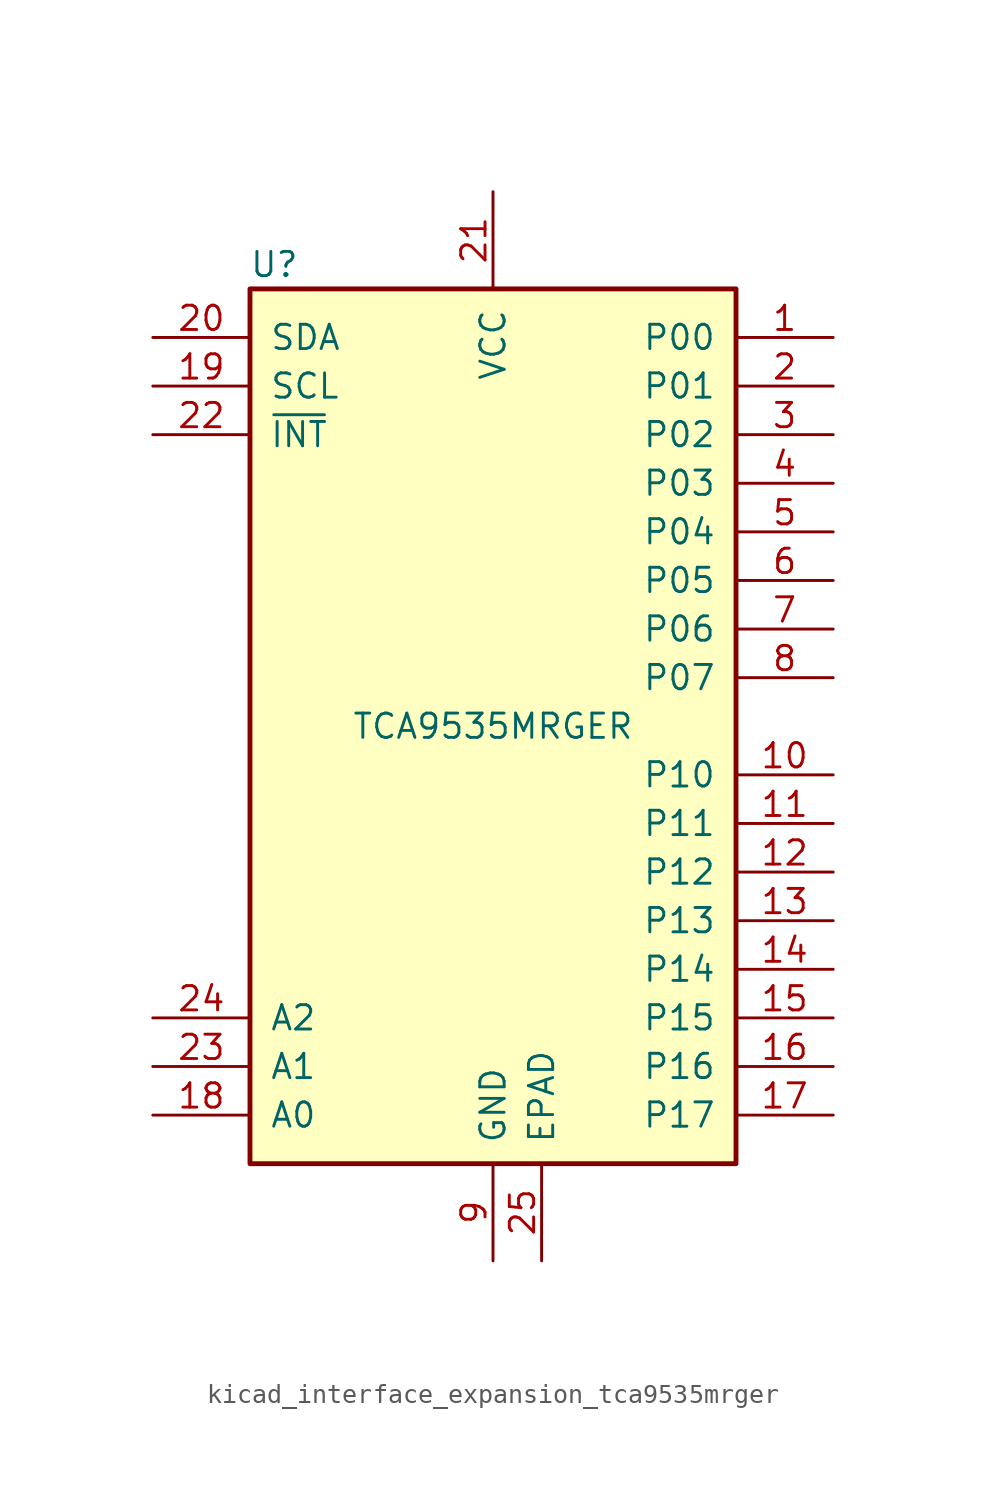
<source format=kicad_sym>
(kicad_symbol_lib
  (version 20220914)
  (generator kicad_symbol_editor)
  (symbol "kicad_interface_expansion_tca9535mrger"
    (pin_names
      (offset 1.016))
    (property "Reference" "U"
      (at -11.43 24.13 0)
      (effects (font (size 1.27 1.27))))
    (property "Value" "TCA9535MRGER"
      (at 0 0 0)
      (effects (font (size 1.27 1.27))))
    (symbol "kicad_interface_expansion_tca9535mrger_0_1"
      (rectangle (start -12.7 22.86) (end 12.7 -22.86) (stroke (width 0.254) (type default)) (fill (type background))))
    (symbol "kicad_interface_expansion_tca9535mrger_1_1"
      (pin bidirectional line (at 17.78 20.32 180) (length 5.08) (name "P00" (effects (font (size 1.27 1.27)))) (number "1" (effects (font (size 1.27 1.27)))))
      (pin bidirectional line (at 17.78 -2.54 180) (length 5.08) (name "P10" (effects (font (size 1.27 1.27)))) (number "10" (effects (font (size 1.27 1.27)))))
      (pin bidirectional line (at 17.78 -5.08 180) (length 5.08) (name "P11" (effects (font (size 1.27 1.27)))) (number "11" (effects (font (size 1.27 1.27)))))
      (pin bidirectional line (at 17.78 -7.62 180) (length 5.08) (name "P12" (effects (font (size 1.27 1.27)))) (number "12" (effects (font (size 1.27 1.27)))))
      (pin bidirectional line (at 17.78 -10.16 180) (length 5.08) (name "P13" (effects (font (size 1.27 1.27)))) (number "13" (effects (font (size 1.27 1.27)))))
      (pin bidirectional line (at 17.78 -12.7 180) (length 5.08) (name "P14" (effects (font (size 1.27 1.27)))) (number "14" (effects (font (size 1.27 1.27)))))
      (pin bidirectional line (at 17.78 -15.24 180) (length 5.08) (name "P15" (effects (font (size 1.27 1.27)))) (number "15" (effects (font (size 1.27 1.27)))))
      (pin bidirectional line (at 17.78 -17.78 180) (length 5.08) (name "P16" (effects (font (size 1.27 1.27)))) (number "16" (effects (font (size 1.27 1.27)))))
      (pin bidirectional line (at 17.78 -20.32 180) (length 5.08) (name "P17" (effects (font (size 1.27 1.27)))) (number "17" (effects (font (size 1.27 1.27)))))
      (pin input line (at -17.78 -20.32 0) (length 5.08) (name "A0" (effects (font (size 1.27 1.27)))) (number "18" (effects (font (size 1.27 1.27)))))
      (pin input line (at -17.78 17.78 0) (length 5.08) (name "SCL" (effects (font (size 1.27 1.27)))) (number "19" (effects (font (size 1.27 1.27)))))
      (pin bidirectional line (at 17.78 17.78 180) (length 5.08) (name "P01" (effects (font (size 1.27 1.27)))) (number "2" (effects (font (size 1.27 1.27)))))
      (pin bidirectional line (at -17.78 20.32 0) (length 5.08) (name "SDA" (effects (font (size 1.27 1.27)))) (number "20" (effects (font (size 1.27 1.27)))))
      (pin power_in line (at 0 27.94 270) (length 5.08) (name "VCC" (effects (font (size 1.27 1.27)))) (number "21" (effects (font (size 1.27 1.27)))))
      (pin open_collector line (at -17.78 15.24 0) (length 5.08) (name "~{INT}" (effects (font (size 1.27 1.27)))) (number "22" (effects (font (size 1.27 1.27)))))
      (pin input line (at -17.78 -17.78 0) (length 5.08) (name "A1" (effects (font (size 1.27 1.27)))) (number "23" (effects (font (size 1.27 1.27)))))
      (pin input line (at -17.78 -15.24 0) (length 5.08) (name "A2" (effects (font (size 1.27 1.27)))) (number "24" (effects (font (size 1.27 1.27)))))
      (pin input line (at 2.54 -27.94 90) (length 5.08) (name "EPAD" (effects (font (size 1.27 1.27)))) (number "25" (effects (font (size 1.27 1.27)))))
      (pin bidirectional line (at 17.78 15.24 180) (length 5.08) (name "P02" (effects (font (size 1.27 1.27)))) (number "3" (effects (font (size 1.27 1.27)))))
      (pin bidirectional line (at 17.78 12.7 180) (length 5.08) (name "P03" (effects (font (size 1.27 1.27)))) (number "4" (effects (font (size 1.27 1.27)))))
      (pin bidirectional line (at 17.78 10.16 180) (length 5.08) (name "P04" (effects (font (size 1.27 1.27)))) (number "5" (effects (font (size 1.27 1.27)))))
      (pin bidirectional line (at 17.78 7.62 180) (length 5.08) (name "P05" (effects (font (size 1.27 1.27)))) (number "6" (effects (font (size 1.27 1.27)))))
      (pin bidirectional line (at 17.78 5.08 180) (length 5.08) (name "P06" (effects (font (size 1.27 1.27)))) (number "7" (effects (font (size 1.27 1.27)))))
      (pin bidirectional line (at 17.78 2.54 180) (length 5.08) (name "P07" (effects (font (size 1.27 1.27)))) (number "8" (effects (font (size 1.27 1.27)))))
      (pin power_in line (at 0 -27.94 90) (length 5.08) (name "GND" (effects (font (size 1.27 1.27)))) (number "9" (effects (font (size 1.27 1.27))))))))
</source>
